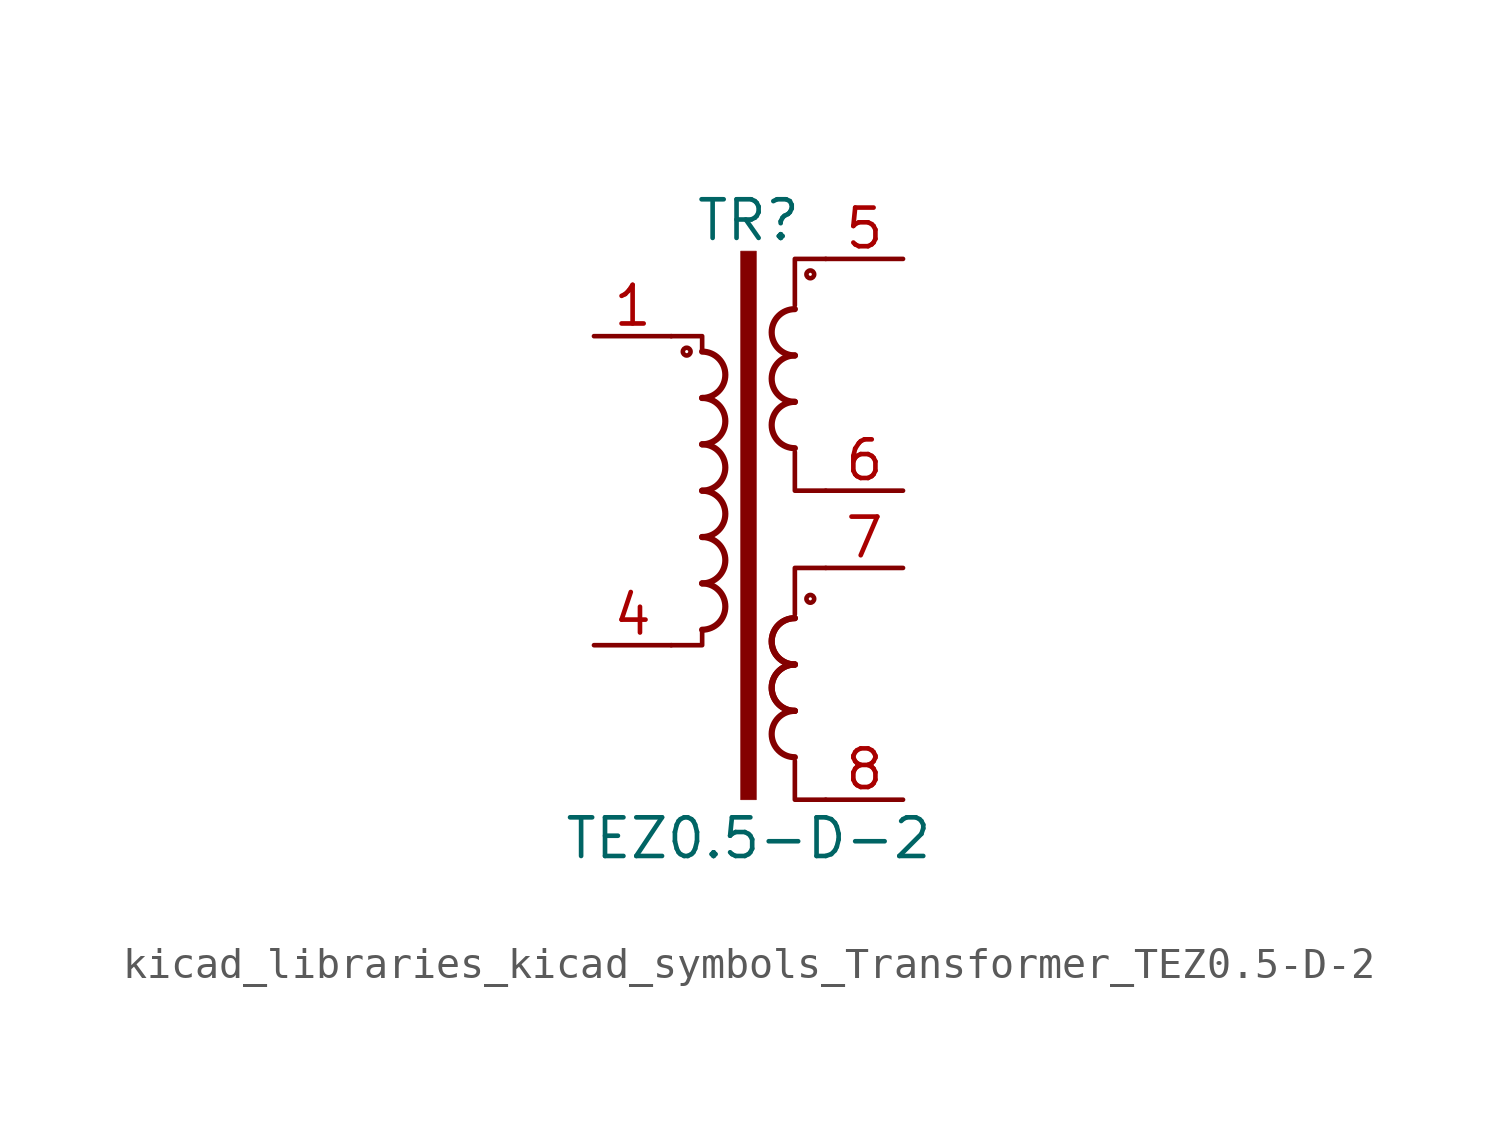
<source format=kicad_sym>
(kicad_symbol_lib
  (version 20220914)
  (generator kicad_symbol_editor)
  (symbol "kicad_libraries_kicad_symbols_Transformer_TEZ0.5-D-2"
    (pin_names
      (offset 0.025))
    (property "Reference" "TR"
      (at 0 8.89 0)
      (effects (font (size 1.27 1.27))))
    (property "Value" "TEZ0.5-D-2"
      (at 0 -11.43 0)
      (effects (font (size 1.27 1.27))))
    (symbol "kicad_libraries_kicad_symbols_Transformer_TEZ0.5-D-2_0_1"
      (circle (center -2.032 4.572) (radius 0.127) (stroke (width 0) (type default)) (fill (type none)))
      (arc (start -1.524 -4.572) (mid -0.7653 -3.81) (end -1.524 -3.048) (stroke (width 0.2032) (type default)) (fill (type none)))
      (arc (start -1.524 -3.048) (mid -0.7653 -2.286) (end -1.524 -1.524) (stroke (width 0.2032) (type default)) (fill (type none)))
      (arc (start -1.524 -1.524) (mid -0.7653 -0.762) (end -1.524 0) (stroke (width 0.2032) (type default)) (fill (type none)))
      (arc (start -1.524 0) (mid -0.7653 0.762) (end -1.524 1.524) (stroke (width 0.2032) (type default)) (fill (type none)))
      (arc (start -1.524 1.524) (mid -0.7653 2.286) (end -1.524 3.048) (stroke (width 0.2032) (type default)) (fill (type none)))
      (arc (start -1.524 3.048) (mid -0.7653 3.81) (end -1.524 4.572) (stroke (width 0.2032) (type default)) (fill (type none)))
      (rectangle (start -0.254 7.874) (end 0.254 -10.16) (stroke (width 0.025) (type default)) (fill (type outline)))
      (polyline (pts (xy -1.524 -4.572) (xy -1.524 -5.08) (xy -2.54 -5.08)) (stroke (width 0) (type default)) (fill (type none)))
      (polyline (pts (xy -1.524 4.572) (xy -1.524 5.08) (xy -2.54 5.08)) (stroke (width 0) (type default)) (fill (type none)))
      (polyline (pts (xy 1.524 -8.89) (xy 1.524 -10.16) (xy 2.54 -10.16)) (stroke (width 0) (type default)) (fill (type none)))
      (polyline (pts (xy 2.54 -2.54) (xy 1.524 -2.54) (xy 1.524 -4.064)) (stroke (width 0) (type default)) (fill (type none)))
      (polyline (pts (xy 2.54 0) (xy 1.524 0) (xy 1.524 1.27)) (stroke (width 0) (type default)) (fill (type none)))
      (polyline (pts (xy 2.54 7.62) (xy 1.524 7.62) (xy 1.524 6.096)) (stroke (width 0) (type default)) (fill (type none)))
      (arc (start 1.524 -7.239) (mid 0.7653 -8.001) (end 1.524 -8.763) (stroke (width 0.2032) (type default)) (fill (type none)))
      (arc (start 1.524 -5.715) (mid 0.7653 -6.477) (end 1.524 -7.239) (stroke (width 0.2032) (type default)) (fill (type none)))
      (arc (start 1.524 -5.715) (mid 0.7653 -6.477) (end 1.524 -7.239) (stroke (width 0.2032) (type default)) (fill (type none)))
      (arc (start 1.524 -4.191) (mid 0.7653 -4.953) (end 1.524 -5.715) (stroke (width 0.2032) (type default)) (fill (type none)))
      (arc (start 1.524 -4.191) (mid 0.7653 -4.953) (end 1.524 -5.715) (stroke (width 0.2032) (type default)) (fill (type none)))
      (arc (start 1.524 2.921) (mid 0.7653 2.159) (end 1.524 1.397) (stroke (width 0.2032) (type default)) (fill (type none)))
      (arc (start 1.524 4.445) (mid 0.7653 3.683) (end 1.524 2.921) (stroke (width 0.2032) (type default)) (fill (type none)))
      (arc (start 1.524 5.969) (mid 0.7653 5.207) (end 1.524 4.445) (stroke (width 0.2032) (type default)) (fill (type none)))
      (circle (center 2.032 -3.556) (radius 0.127) (stroke (width 0) (type default)) (fill (type none)))
      (circle (center 2.032 7.112) (radius 0.127) (stroke (width 0) (type default)) (fill (type none))))
    (symbol "kicad_libraries_kicad_symbols_Transformer_TEZ0.5-D-2_1_1"
      (pin passive line (at -5.08 5.08 0) (length 2.54) (name "~" (effects (font (size 1.27 1.27)))) (number "1" (effects (font (size 1.27 1.27)))))
      (pin passive line (at -5.08 -5.08 0) (length 2.54) (name "~" (effects (font (size 1.27 1.27)))) (number "4" (effects (font (size 1.27 1.27)))))
      (pin passive line (at 5.08 7.62 180) (length 2.54) (name "~" (effects (font (size 1.27 1.27)))) (number "5" (effects (font (size 1.27 1.27)))))
      (pin passive line (at 5.08 0 180) (length 2.54) (name "~" (effects (font (size 1.27 1.27)))) (number "6" (effects (font (size 1.27 1.27)))))
      (pin passive line (at 5.08 -2.54 180) (length 2.54) (name "~" (effects (font (size 1.27 1.27)))) (number "7" (effects (font (size 1.27 1.27)))))
      (pin passive line (at 5.08 -10.16 180) (length 2.54) (name "~" (effects (font (size 1.27 1.27)))) (number "8" (effects (font (size 1.27 1.27))))))))
</source>
